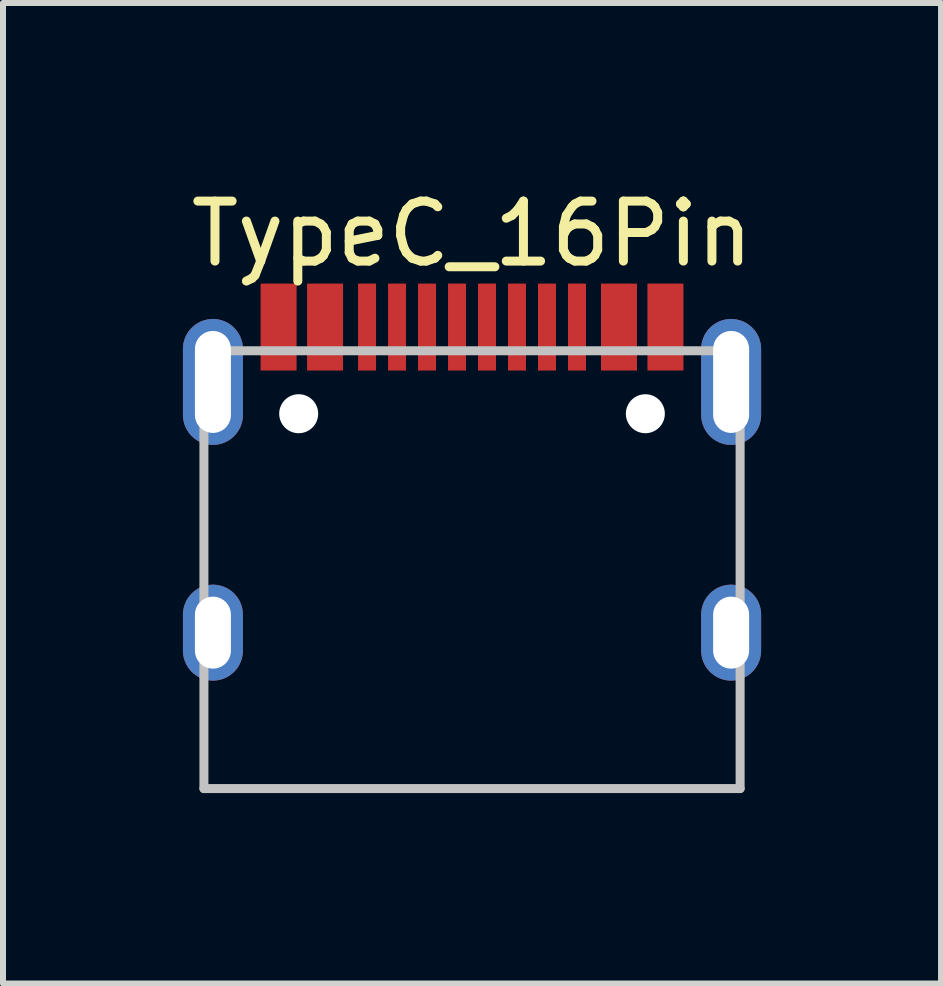
<source format=kicad_pcb>
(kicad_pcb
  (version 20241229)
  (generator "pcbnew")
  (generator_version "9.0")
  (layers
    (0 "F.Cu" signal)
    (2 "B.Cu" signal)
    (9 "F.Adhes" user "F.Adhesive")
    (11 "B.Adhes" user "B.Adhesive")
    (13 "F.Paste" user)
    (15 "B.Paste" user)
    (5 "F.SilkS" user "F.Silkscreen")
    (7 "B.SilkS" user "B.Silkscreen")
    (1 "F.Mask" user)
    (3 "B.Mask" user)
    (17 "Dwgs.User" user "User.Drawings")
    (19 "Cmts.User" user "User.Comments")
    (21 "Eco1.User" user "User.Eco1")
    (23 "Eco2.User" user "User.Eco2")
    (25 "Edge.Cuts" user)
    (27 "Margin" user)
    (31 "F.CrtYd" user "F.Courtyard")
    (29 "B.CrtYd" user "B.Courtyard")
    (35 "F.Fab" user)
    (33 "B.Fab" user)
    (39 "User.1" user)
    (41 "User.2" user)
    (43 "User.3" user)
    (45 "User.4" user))
  (footprint "TypeC_16Pin"
    (layer "F.Cu")
    (at 4.82 10.098)
    (property "Reference" "TypeC_16Pin" (at 0 -9.25 0) (layer "F.SilkS") (effects (font (size 1 1) (thickness 0.15))))
    (attr smd)
    (fp_line (start -4.47 -7.3) (end 4.47 -7.3) (stroke (width 0.15) (type solid)) (layer "Dwgs.User"))
    (fp_line (start -4.47 0) (end -4.47 -7.3) (stroke (width 0.15) (type solid)) (layer "Dwgs.User"))
    (fp_line (start -4.47 0) (end 4.47 0) (stroke (width 0.15) (type solid)) (layer "Dwgs.User"))
    (fp_line (start 4.47 0) (end 4.47 -7.3) (stroke (width 0.15) (type solid)) (layer "Dwgs.User"))
    (pad "" np_thru_hole circle (at -2.89 -6.25) (size 0.65 0.65) (drill 0.65) (layers "*.Cu" "*.Mask"))
    (pad "" np_thru_hole circle (at 2.89 -6.25) (size 0.65 0.65) (drill 0.65) (layers "*.Cu" "*.Mask"))
    (pad "1" smd rect (at -3.225 -7.695) (size 0.6 1.45) (layers "F.Cu" "F.Mask" "F.Paste"))
    (pad "2" smd rect (at -2.45 -7.695) (size 0.6 1.45) (layers "F.Cu" "F.Mask" "F.Paste"))
    (pad "3" smd rect (at -1.75 -7.695) (size 0.3 1.45) (layers "F.Cu" "F.Mask" "F.Paste"))
    (pad "4" smd rect (at -1.25 -7.695) (size 0.3 1.45) (layers "F.Cu" "F.Mask" "F.Paste"))
    (pad "5" smd rect (at -0.75 -7.695) (size 0.3 1.45) (layers "F.Cu" "F.Mask" "F.Paste"))
    (pad "6" smd rect (at -0.25 -7.695) (size 0.3 1.45) (layers "F.Cu" "F.Mask" "F.Paste"))
    (pad "7" smd rect (at 0.25 -7.695) (size 0.3 1.45) (layers "F.Cu" "F.Mask" "F.Paste"))
    (pad "8" smd rect (at 0.75 -7.695) (size 0.3 1.45) (layers "F.Cu" "F.Mask" "F.Paste"))
    (pad "9" smd rect (at 1.25 -7.695) (size 0.3 1.45) (layers "F.Cu" "F.Mask" "F.Paste"))
    (pad "10" smd rect (at 1.75 -7.695) (size 0.3 1.45) (layers "F.Cu" "F.Mask" "F.Paste"))
    (pad "11" smd rect (at 2.45 -7.695) (size 0.6 1.45) (layers "F.Cu" "F.Mask" "F.Paste"))
    (pad "12" smd rect (at 3.225 -7.695) (size 0.6 1.45) (layers "F.Cu" "F.Mask" "F.Paste"))
    (pad "13" thru_hole oval (at -4.32 -6.78) (size 1 2.1) (drill oval 0.6 1.7) (layers "*.Cu" "B.Mask"))
    (pad "13" thru_hole oval (at -4.32 -2.6) (size 1 1.6) (drill oval 0.6 1.2) (layers "*.Cu" "B.Mask"))
    (pad "13" thru_hole oval (at 4.32 -6.78) (size 1 2.1) (drill oval 0.6 1.7) (layers "*.Cu" "B.Mask"))
    (pad "13" thru_hole oval (at 4.32 -2.6) (size 1 1.6) (drill oval 0.6 1.2) (layers "*.Cu" "B.Mask")))
  (gr_rect
    (start -3 -3)
    (end 12.64 13.348)
    (stroke (width 0.1) (type default))
    (fill no)
    (layer "Edge.Cuts")))
</source>
